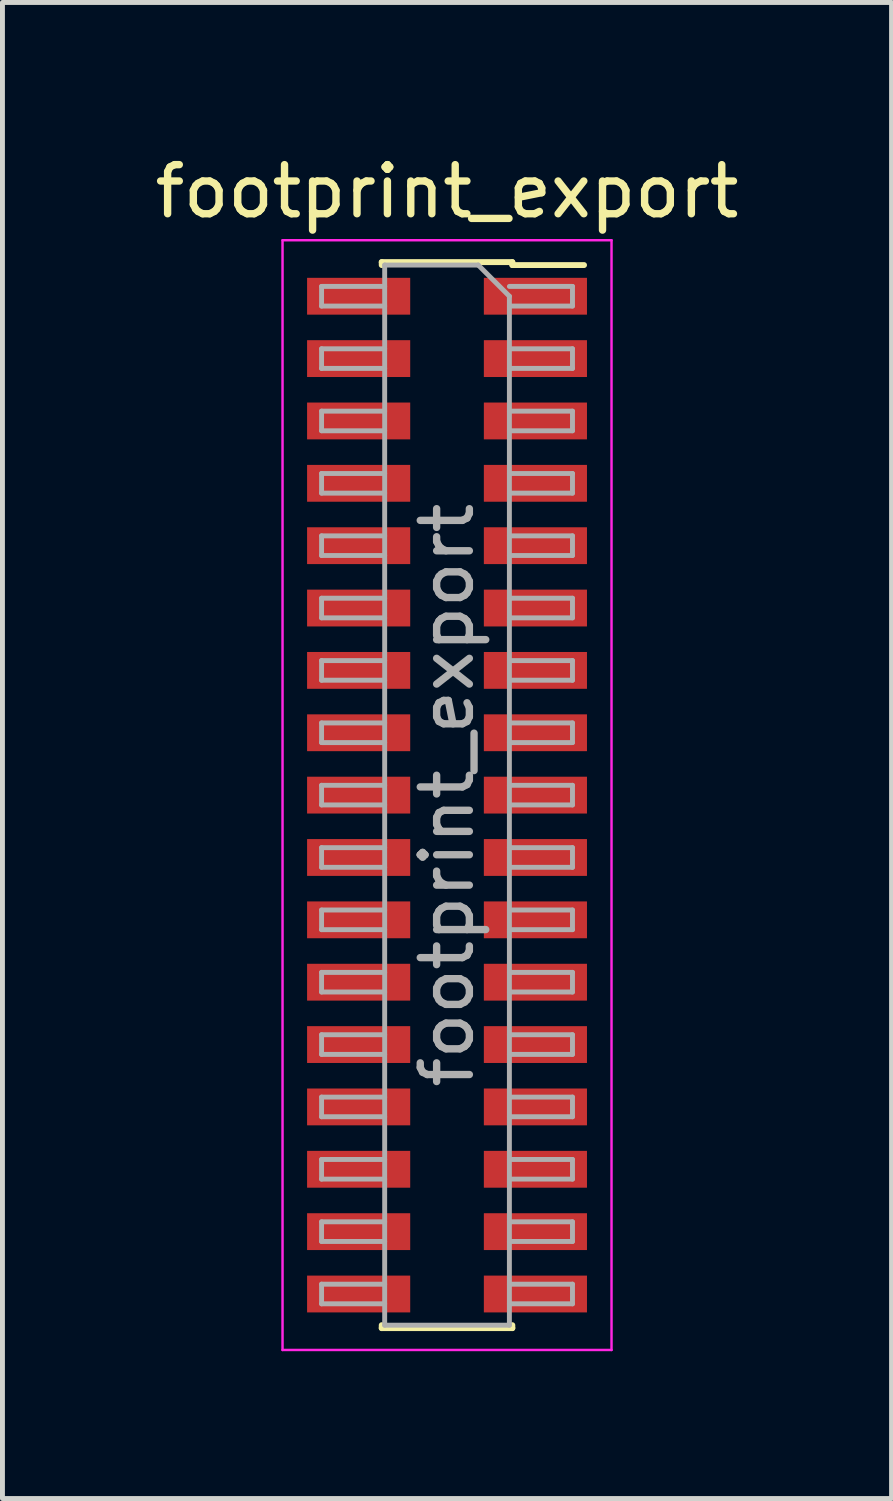
<source format=kicad_pcb>
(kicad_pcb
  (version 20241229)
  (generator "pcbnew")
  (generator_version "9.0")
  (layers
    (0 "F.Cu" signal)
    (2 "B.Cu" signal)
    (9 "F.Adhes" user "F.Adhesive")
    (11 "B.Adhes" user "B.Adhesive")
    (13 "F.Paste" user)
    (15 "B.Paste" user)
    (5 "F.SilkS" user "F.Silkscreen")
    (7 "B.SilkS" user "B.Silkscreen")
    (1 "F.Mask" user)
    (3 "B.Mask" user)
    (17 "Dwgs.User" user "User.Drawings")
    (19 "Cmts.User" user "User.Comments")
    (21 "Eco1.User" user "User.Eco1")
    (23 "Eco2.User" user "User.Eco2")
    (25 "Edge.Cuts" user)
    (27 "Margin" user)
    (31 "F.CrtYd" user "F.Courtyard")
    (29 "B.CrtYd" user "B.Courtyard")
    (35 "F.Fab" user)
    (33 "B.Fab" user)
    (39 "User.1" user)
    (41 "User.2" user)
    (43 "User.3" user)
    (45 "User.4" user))
  (footprint "footprint_export"
    (layer "F.Cu")
    (at 6.054 13.143)
    (property "Reference" "footprint_export" (at 0 -12.295 0) (layer "F.SilkS") (effects (font (size 1 1) (thickness 0.15))))
    (attr smd)
    (fp_line (start -1.33 -10.855) (end -1.33 -10.795) (stroke (width 0.12) (type solid)) (layer "F.SilkS"))
    (fp_line (start -1.33 -10.855) (end 1.33 -10.855) (stroke (width 0.12) (type solid)) (layer "F.SilkS"))
    (fp_line (start -1.33 10.795) (end -1.33 10.855) (stroke (width 0.12) (type solid)) (layer "F.SilkS"))
    (fp_line (start -1.33 10.855) (end 1.33 10.855) (stroke (width 0.12) (type solid)) (layer "F.SilkS"))
    (fp_line (start 1.33 -10.855) (end 1.33 -10.795) (stroke (width 0.12) (type solid)) (layer "F.SilkS"))
    (fp_line (start 1.33 -10.795) (end 2.79 -10.795) (stroke (width 0.12) (type solid)) (layer "F.SilkS"))
    (fp_line (start 1.33 10.795) (end 1.33 10.855) (stroke (width 0.12) (type solid)) (layer "F.SilkS"))
    (fp_line (start -3.35 -11.3) (end 3.35 -11.3) (stroke (width 0.05) (type solid)) (layer "F.CrtYd"))
    (fp_line (start -3.35 11.3) (end -3.35 -11.3) (stroke (width 0.05) (type solid)) (layer "F.CrtYd"))
    (fp_line (start 3.35 -11.3) (end 3.35 11.3) (stroke (width 0.05) (type solid)) (layer "F.CrtYd"))
    (fp_line (start 3.35 11.3) (end -3.35 11.3) (stroke (width 0.05) (type solid)) (layer "F.CrtYd"))
    (fp_line (start -2.555 -10.36) (end -1.27 -10.36) (stroke (width 0.1) (type solid)) (layer "F.Fab"))
    (fp_line (start -2.555 -9.96) (end -2.555 -10.36) (stroke (width 0.1) (type solid)) (layer "F.Fab"))
    (fp_line (start -2.555 -9.09) (end -1.27 -9.09) (stroke (width 0.1) (type solid)) (layer "F.Fab"))
    (fp_line (start -2.555 -8.69) (end -2.555 -9.09) (stroke (width 0.1) (type solid)) (layer "F.Fab"))
    (fp_line (start -2.555 -7.82) (end -1.27 -7.82) (stroke (width 0.1) (type solid)) (layer "F.Fab"))
    (fp_line (start -2.555 -7.42) (end -2.555 -7.82) (stroke (width 0.1) (type solid)) (layer "F.Fab"))
    (fp_line (start -2.555 -6.55) (end -1.27 -6.55) (stroke (width 0.1) (type solid)) (layer "F.Fab"))
    (fp_line (start -2.555 -6.15) (end -2.555 -6.55) (stroke (width 0.1) (type solid)) (layer "F.Fab"))
    (fp_line (start -2.555 -5.28) (end -1.27 -5.28) (stroke (width 0.1) (type solid)) (layer "F.Fab"))
    (fp_line (start -2.555 -4.88) (end -2.555 -5.28) (stroke (width 0.1) (type solid)) (layer "F.Fab"))
    (fp_line (start -2.555 -4.01) (end -1.27 -4.01) (stroke (width 0.1) (type solid)) (layer "F.Fab"))
    (fp_line (start -2.555 -3.61) (end -2.555 -4.01) (stroke (width 0.1) (type solid)) (layer "F.Fab"))
    (fp_line (start -2.555 -2.74) (end -1.27 -2.74) (stroke (width 0.1) (type solid)) (layer "F.Fab"))
    (fp_line (start -2.555 -2.34) (end -2.555 -2.74) (stroke (width 0.1) (type solid)) (layer "F.Fab"))
    (fp_line (start -2.555 -1.47) (end -1.27 -1.47) (stroke (width 0.1) (type solid)) (layer "F.Fab"))
    (fp_line (start -2.555 -1.07) (end -2.555 -1.47) (stroke (width 0.1) (type solid)) (layer "F.Fab"))
    (fp_line (start -2.555 -0.2) (end -1.27 -0.2) (stroke (width 0.1) (type solid)) (layer "F.Fab"))
    (fp_line (start -2.555 0.2) (end -2.555 -0.2) (stroke (width 0.1) (type solid)) (layer "F.Fab"))
    (fp_line (start -2.555 1.07) (end -1.27 1.07) (stroke (width 0.1) (type solid)) (layer "F.Fab"))
    (fp_line (start -2.555 1.47) (end -2.555 1.07) (stroke (width 0.1) (type solid)) (layer "F.Fab"))
    (fp_line (start -2.555 2.34) (end -1.27 2.34) (stroke (width 0.1) (type solid)) (layer "F.Fab"))
    (fp_line (start -2.555 2.74) (end -2.555 2.34) (stroke (width 0.1) (type solid)) (layer "F.Fab"))
    (fp_line (start -2.555 3.61) (end -1.27 3.61) (stroke (width 0.1) (type solid)) (layer "F.Fab"))
    (fp_line (start -2.555 4.01) (end -2.555 3.61) (stroke (width 0.1) (type solid)) (layer "F.Fab"))
    (fp_line (start -2.555 4.88) (end -1.27 4.88) (stroke (width 0.1) (type solid)) (layer "F.Fab"))
    (fp_line (start -2.555 5.28) (end -2.555 4.88) (stroke (width 0.1) (type solid)) (layer "F.Fab"))
    (fp_line (start -2.555 6.15) (end -1.27 6.15) (stroke (width 0.1) (type solid)) (layer "F.Fab"))
    (fp_line (start -2.555 6.55) (end -2.555 6.15) (stroke (width 0.1) (type solid)) (layer "F.Fab"))
    (fp_line (start -2.555 7.42) (end -1.27 7.42) (stroke (width 0.1) (type solid)) (layer "F.Fab"))
    (fp_line (start -2.555 7.82) (end -2.555 7.42) (stroke (width 0.1) (type solid)) (layer "F.Fab"))
    (fp_line (start -2.555 8.69) (end -1.27 8.69) (stroke (width 0.1) (type solid)) (layer "F.Fab"))
    (fp_line (start -2.555 9.09) (end -2.555 8.69) (stroke (width 0.1) (type solid)) (layer "F.Fab"))
    (fp_line (start -2.555 9.96) (end -1.27 9.96) (stroke (width 0.1) (type solid)) (layer "F.Fab"))
    (fp_line (start -2.555 10.36) (end -2.555 9.96) (stroke (width 0.1) (type solid)) (layer "F.Fab"))
    (fp_line (start -1.27 -10.795) (end 0.635 -10.795) (stroke (width 0.1) (type solid)) (layer "F.Fab"))
    (fp_line (start -1.27 -9.96) (end -2.555 -9.96) (stroke (width 0.1) (type solid)) (layer "F.Fab"))
    (fp_line (start -1.27 -8.69) (end -2.555 -8.69) (stroke (width 0.1) (type solid)) (layer "F.Fab"))
    (fp_line (start -1.27 -7.42) (end -2.555 -7.42) (stroke (width 0.1) (type solid)) (layer "F.Fab"))
    (fp_line (start -1.27 -6.15) (end -2.555 -6.15) (stroke (width 0.1) (type solid)) (layer "F.Fab"))
    (fp_line (start -1.27 -4.88) (end -2.555 -4.88) (stroke (width 0.1) (type solid)) (layer "F.Fab"))
    (fp_line (start -1.27 -3.61) (end -2.555 -3.61) (stroke (width 0.1) (type solid)) (layer "F.Fab"))
    (fp_line (start -1.27 -2.34) (end -2.555 -2.34) (stroke (width 0.1) (type solid)) (layer "F.Fab"))
    (fp_line (start -1.27 -1.07) (end -2.555 -1.07) (stroke (width 0.1) (type solid)) (layer "F.Fab"))
    (fp_line (start -1.27 0.2) (end -2.555 0.2) (stroke (width 0.1) (type solid)) (layer "F.Fab"))
    (fp_line (start -1.27 1.47) (end -2.555 1.47) (stroke (width 0.1) (type solid)) (layer "F.Fab"))
    (fp_line (start -1.27 2.74) (end -2.555 2.74) (stroke (width 0.1) (type solid)) (layer "F.Fab"))
    (fp_line (start -1.27 4.01) (end -2.555 4.01) (stroke (width 0.1) (type solid)) (layer "F.Fab"))
    (fp_line (start -1.27 5.28) (end -2.555 5.28) (stroke (width 0.1) (type solid)) (layer "F.Fab"))
    (fp_line (start -1.27 6.55) (end -2.555 6.55) (stroke (width 0.1) (type solid)) (layer "F.Fab"))
    (fp_line (start -1.27 7.82) (end -2.555 7.82) (stroke (width 0.1) (type solid)) (layer "F.Fab"))
    (fp_line (start -1.27 9.09) (end -2.555 9.09) (stroke (width 0.1) (type solid)) (layer "F.Fab"))
    (fp_line (start -1.27 10.36) (end -2.555 10.36) (stroke (width 0.1) (type solid)) (layer "F.Fab"))
    (fp_line (start -1.27 10.795) (end -1.27 -10.795) (stroke (width 0.1) (type solid)) (layer "F.Fab"))
    (fp_line (start 0.635 -10.795) (end 1.27 -10.16) (stroke (width 0.1) (type solid)) (layer "F.Fab"))
    (fp_line (start 1.27 -10.36) (end 2.555 -10.36) (stroke (width 0.1) (type solid)) (layer "F.Fab"))
    (fp_line (start 1.27 -10.16) (end 1.27 10.795) (stroke (width 0.1) (type solid)) (layer "F.Fab"))
    (fp_line (start 1.27 -9.09) (end 2.555 -9.09) (stroke (width 0.1) (type solid)) (layer "F.Fab"))
    (fp_line (start 1.27 -7.82) (end 2.555 -7.82) (stroke (width 0.1) (type solid)) (layer "F.Fab"))
    (fp_line (start 1.27 -6.55) (end 2.555 -6.55) (stroke (width 0.1) (type solid)) (layer "F.Fab"))
    (fp_line (start 1.27 -5.28) (end 2.555 -5.28) (stroke (width 0.1) (type solid)) (layer "F.Fab"))
    (fp_line (start 1.27 -4.01) (end 2.555 -4.01) (stroke (width 0.1) (type solid)) (layer "F.Fab"))
    (fp_line (start 1.27 -2.74) (end 2.555 -2.74) (stroke (width 0.1) (type solid)) (layer "F.Fab"))
    (fp_line (start 1.27 -1.47) (end 2.555 -1.47) (stroke (width 0.1) (type solid)) (layer "F.Fab"))
    (fp_line (start 1.27 -0.2) (end 2.555 -0.2) (stroke (width 0.1) (type solid)) (layer "F.Fab"))
    (fp_line (start 1.27 1.07) (end 2.555 1.07) (stroke (width 0.1) (type solid)) (layer "F.Fab"))
    (fp_line (start 1.27 2.34) (end 2.555 2.34) (stroke (width 0.1) (type solid)) (layer "F.Fab"))
    (fp_line (start 1.27 3.61) (end 2.555 3.61) (stroke (width 0.1) (type solid)) (layer "F.Fab"))
    (fp_line (start 1.27 4.88) (end 2.555 4.88) (stroke (width 0.1) (type solid)) (layer "F.Fab"))
    (fp_line (start 1.27 6.15) (end 2.555 6.15) (stroke (width 0.1) (type solid)) (layer "F.Fab"))
    (fp_line (start 1.27 7.42) (end 2.555 7.42) (stroke (width 0.1) (type solid)) (layer "F.Fab"))
    (fp_line (start 1.27 8.69) (end 2.555 8.69) (stroke (width 0.1) (type solid)) (layer "F.Fab"))
    (fp_line (start 1.27 9.96) (end 2.555 9.96) (stroke (width 0.1) (type solid)) (layer "F.Fab"))
    (fp_line (start 1.27 10.795) (end -1.27 10.795) (stroke (width 0.1) (type solid)) (layer "F.Fab"))
    (fp_line (start 2.555 -10.36) (end 2.555 -9.96) (stroke (width 0.1) (type solid)) (layer "F.Fab"))
    (fp_line (start 2.555 -9.96) (end 1.27 -9.96) (stroke (width 0.1) (type solid)) (layer "F.Fab"))
    (fp_line (start 2.555 -9.09) (end 2.555 -8.69) (stroke (width 0.1) (type solid)) (layer "F.Fab"))
    (fp_line (start 2.555 -8.69) (end 1.27 -8.69) (stroke (width 0.1) (type solid)) (layer "F.Fab"))
    (fp_line (start 2.555 -7.82) (end 2.555 -7.42) (stroke (width 0.1) (type solid)) (layer "F.Fab"))
    (fp_line (start 2.555 -7.42) (end 1.27 -7.42) (stroke (width 0.1) (type solid)) (layer "F.Fab"))
    (fp_line (start 2.555 -6.55) (end 2.555 -6.15) (stroke (width 0.1) (type solid)) (layer "F.Fab"))
    (fp_line (start 2.555 -6.15) (end 1.27 -6.15) (stroke (width 0.1) (type solid)) (layer "F.Fab"))
    (fp_line (start 2.555 -5.28) (end 2.555 -4.88) (stroke (width 0.1) (type solid)) (layer "F.Fab"))
    (fp_line (start 2.555 -4.88) (end 1.27 -4.88) (stroke (width 0.1) (type solid)) (layer "F.Fab"))
    (fp_line (start 2.555 -4.01) (end 2.555 -3.61) (stroke (width 0.1) (type solid)) (layer "F.Fab"))
    (fp_line (start 2.555 -3.61) (end 1.27 -3.61) (stroke (width 0.1) (type solid)) (layer "F.Fab"))
    (fp_line (start 2.555 -2.74) (end 2.555 -2.34) (stroke (width 0.1) (type solid)) (layer "F.Fab"))
    (fp_line (start 2.555 -2.34) (end 1.27 -2.34) (stroke (width 0.1) (type solid)) (layer "F.Fab"))
    (fp_line (start 2.555 -1.47) (end 2.555 -1.07) (stroke (width 0.1) (type solid)) (layer "F.Fab"))
    (fp_line (start 2.555 -1.07) (end 1.27 -1.07) (stroke (width 0.1) (type solid)) (layer "F.Fab"))
    (fp_line (start 2.555 -0.2) (end 2.555 0.2) (stroke (width 0.1) (type solid)) (layer "F.Fab"))
    (fp_line (start 2.555 0.2) (end 1.27 0.2) (stroke (width 0.1) (type solid)) (layer "F.Fab"))
    (fp_line (start 2.555 1.07) (end 2.555 1.47) (stroke (width 0.1) (type solid)) (layer "F.Fab"))
    (fp_line (start 2.555 1.47) (end 1.27 1.47) (stroke (width 0.1) (type solid)) (layer "F.Fab"))
    (fp_line (start 2.555 2.34) (end 2.555 2.74) (stroke (width 0.1) (type solid)) (layer "F.Fab"))
    (fp_line (start 2.555 2.74) (end 1.27 2.74) (stroke (width 0.1) (type solid)) (layer "F.Fab"))
    (fp_line (start 2.555 3.61) (end 2.555 4.01) (stroke (width 0.1) (type solid)) (layer "F.Fab"))
    (fp_line (start 2.555 4.01) (end 1.27 4.01) (stroke (width 0.1) (type solid)) (layer "F.Fab"))
    (fp_line (start 2.555 4.88) (end 2.555 5.28) (stroke (width 0.1) (type solid)) (layer "F.Fab"))
    (fp_line (start 2.555 5.28) (end 1.27 5.28) (stroke (width 0.1) (type solid)) (layer "F.Fab"))
    (fp_line (start 2.555 6.15) (end 2.555 6.55) (stroke (width 0.1) (type solid)) (layer "F.Fab"))
    (fp_line (start 2.555 6.55) (end 1.27 6.55) (stroke (width 0.1) (type solid)) (layer "F.Fab"))
    (fp_line (start 2.555 7.42) (end 2.555 7.82) (stroke (width 0.1) (type solid)) (layer "F.Fab"))
    (fp_line (start 2.555 7.82) (end 1.27 7.82) (stroke (width 0.1) (type solid)) (layer "F.Fab"))
    (fp_line (start 2.555 8.69) (end 2.555 9.09) (stroke (width 0.1) (type solid)) (layer "F.Fab"))
    (fp_line (start 2.555 9.09) (end 1.27 9.09) (stroke (width 0.1) (type solid)) (layer "F.Fab"))
    (fp_line (start 2.555 9.96) (end 2.555 10.36) (stroke (width 0.1) (type solid)) (layer "F.Fab"))
    (fp_line (start 2.555 10.36) (end 1.27 10.36) (stroke (width 0.1) (type solid)) (layer "F.Fab"))
    (fp_text user "${REFERENCE}" (at 0 0 90) (layer "F.Fab") (effects (font (size 1 1) (thickness 0.15))))
    (pad "1" smd rect (at 1.8 -10.16) (size 2.1 0.75) (layers "F.Cu" "F.Mask" "F.Paste"))
    (pad "2" smd rect (at -1.8 -10.16) (size 2.1 0.75) (layers "F.Cu" "F.Mask" "F.Paste"))
    (pad "3" smd rect (at 1.8 -8.89) (size 2.1 0.75) (layers "F.Cu" "F.Mask" "F.Paste"))
    (pad "4" smd rect (at -1.8 -8.89) (size 2.1 0.75) (layers "F.Cu" "F.Mask" "F.Paste"))
    (pad "5" smd rect (at 1.8 -7.62) (size 2.1 0.75) (layers "F.Cu" "F.Mask" "F.Paste"))
    (pad "6" smd rect (at -1.8 -7.62) (size 2.1 0.75) (layers "F.Cu" "F.Mask" "F.Paste"))
    (pad "7" smd rect (at 1.8 -6.35) (size 2.1 0.75) (layers "F.Cu" "F.Mask" "F.Paste"))
    (pad "8" smd rect (at -1.8 -6.35) (size 2.1 0.75) (layers "F.Cu" "F.Mask" "F.Paste"))
    (pad "9" smd rect (at 1.8 -5.08) (size 2.1 0.75) (layers "F.Cu" "F.Mask" "F.Paste"))
    (pad "10" smd rect (at -1.8 -5.08) (size 2.1 0.75) (layers "F.Cu" "F.Mask" "F.Paste"))
    (pad "11" smd rect (at 1.8 -3.81) (size 2.1 0.75) (layers "F.Cu" "F.Mask" "F.Paste"))
    (pad "12" smd rect (at -1.8 -3.81) (size 2.1 0.75) (layers "F.Cu" "F.Mask" "F.Paste"))
    (pad "13" smd rect (at 1.8 -2.54) (size 2.1 0.75) (layers "F.Cu" "F.Mask" "F.Paste"))
    (pad "14" smd rect (at -1.8 -2.54) (size 2.1 0.75) (layers "F.Cu" "F.Mask" "F.Paste"))
    (pad "15" smd rect (at 1.8 -1.27) (size 2.1 0.75) (layers "F.Cu" "F.Mask" "F.Paste"))
    (pad "16" smd rect (at -1.8 -1.27) (size 2.1 0.75) (layers "F.Cu" "F.Mask" "F.Paste"))
    (pad "17" smd rect (at 1.8 0) (size 2.1 0.75) (layers "F.Cu" "F.Mask" "F.Paste"))
    (pad "18" smd rect (at -1.8 0) (size 2.1 0.75) (layers "F.Cu" "F.Mask" "F.Paste"))
    (pad "19" smd rect (at 1.8 1.27) (size 2.1 0.75) (layers "F.Cu" "F.Mask" "F.Paste"))
    (pad "20" smd rect (at -1.8 1.27) (size 2.1 0.75) (layers "F.Cu" "F.Mask" "F.Paste"))
    (pad "21" smd rect (at 1.8 2.54) (size 2.1 0.75) (layers "F.Cu" "F.Mask" "F.Paste"))
    (pad "22" smd rect (at -1.8 2.54) (size 2.1 0.75) (layers "F.Cu" "F.Mask" "F.Paste"))
    (pad "23" smd rect (at 1.8 3.81) (size 2.1 0.75) (layers "F.Cu" "F.Mask" "F.Paste"))
    (pad "24" smd rect (at -1.8 3.81) (size 2.1 0.75) (layers "F.Cu" "F.Mask" "F.Paste"))
    (pad "25" smd rect (at 1.8 5.08) (size 2.1 0.75) (layers "F.Cu" "F.Mask" "F.Paste"))
    (pad "26" smd rect (at -1.8 5.08) (size 2.1 0.75) (layers "F.Cu" "F.Mask" "F.Paste"))
    (pad "27" smd rect (at 1.8 6.35) (size 2.1 0.75) (layers "F.Cu" "F.Mask" "F.Paste"))
    (pad "28" smd rect (at -1.8 6.35) (size 2.1 0.75) (layers "F.Cu" "F.Mask" "F.Paste"))
    (pad "29" smd rect (at 1.8 7.62) (size 2.1 0.75) (layers "F.Cu" "F.Mask" "F.Paste"))
    (pad "30" smd rect (at -1.8 7.62) (size 2.1 0.75) (layers "F.Cu" "F.Mask" "F.Paste"))
    (pad "31" smd rect (at 1.8 8.89) (size 2.1 0.75) (layers "F.Cu" "F.Mask" "F.Paste"))
    (pad "32" smd rect (at -1.8 8.89) (size 2.1 0.75) (layers "F.Cu" "F.Mask" "F.Paste"))
    (pad "33" smd rect (at 1.8 10.16) (size 2.1 0.75) (layers "F.Cu" "F.Mask" "F.Paste"))
    (pad "34" smd rect (at -1.8 10.16) (size 2.1 0.75) (layers "F.Cu" "F.Mask" "F.Paste")))
  (gr_rect
    (start -3 -3)
    (end 15.107 27.468)
    (stroke (width 0.1) (type default))
    (fill no)
    (layer "Edge.Cuts")))
</source>
